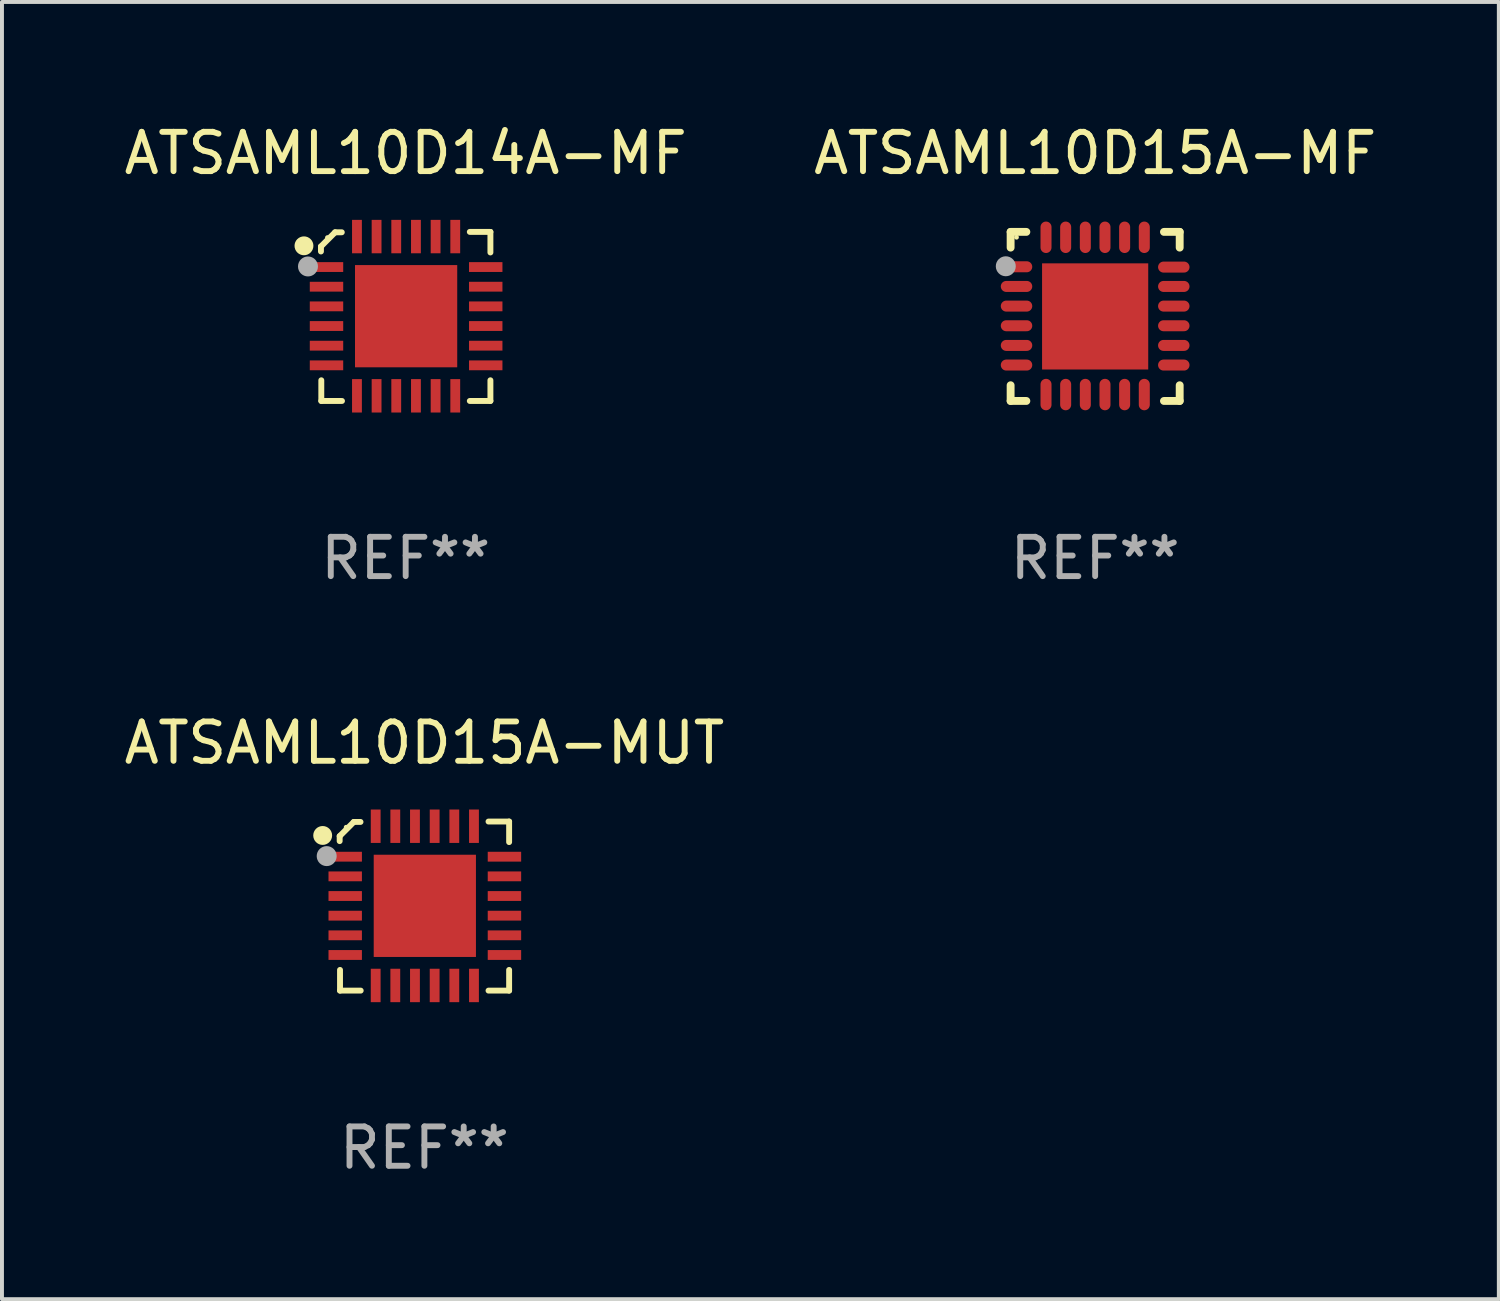
<source format=kicad_pcb>
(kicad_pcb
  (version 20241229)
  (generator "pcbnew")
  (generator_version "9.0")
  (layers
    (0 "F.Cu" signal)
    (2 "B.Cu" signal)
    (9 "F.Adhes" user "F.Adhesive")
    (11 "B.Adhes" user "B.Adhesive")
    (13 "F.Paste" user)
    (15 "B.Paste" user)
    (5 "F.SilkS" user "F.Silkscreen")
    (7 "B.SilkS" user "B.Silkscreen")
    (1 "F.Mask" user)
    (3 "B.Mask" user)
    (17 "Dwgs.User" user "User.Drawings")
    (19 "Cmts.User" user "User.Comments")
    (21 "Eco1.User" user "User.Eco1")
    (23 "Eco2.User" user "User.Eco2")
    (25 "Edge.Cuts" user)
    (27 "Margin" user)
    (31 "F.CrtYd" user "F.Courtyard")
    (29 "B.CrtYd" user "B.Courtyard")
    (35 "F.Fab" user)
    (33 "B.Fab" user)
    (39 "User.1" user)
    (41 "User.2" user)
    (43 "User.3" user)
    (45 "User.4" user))
  (footprint "ATSAML10D15A-MUT"
    (layer "F.Cu")
    (at 7.744 19.995)
    (property "Reference" "ATSAML10D15A-MUT" (at 0 -4.15 0) (layer "F.SilkS") (effects (font (size 1 1) (thickness 0.15))))
    (attr through_hole)
    (fp_line (start -2.155 -1.779) (end -2.155 -1.652) (stroke (width 0.15) (type solid)) (layer "F.SilkS"))
    (fp_line (start -2.146 2.15) (end -2.146 1.624) (stroke (width 0.15) (type solid)) (layer "F.SilkS"))
    (fp_line (start -1.795 -2.14) (end -2.155 -1.779) (stroke (width 0.15) (type solid)) (layer "F.SilkS"))
    (fp_line (start -1.625 -2.14) (end -1.795 -2.14) (stroke (width 0.15) (type solid)) (layer "F.SilkS"))
    (fp_line (start -1.62 2.15) (end -2.146 2.15) (stroke (width 0.15) (type solid)) (layer "F.SilkS"))
    (fp_line (start 1.631 -2.15) (end 2.155 -2.15) (stroke (width 0.15) (type solid)) (layer "F.SilkS"))
    (fp_line (start 1.631 2.15) (end 2.155 2.15) (stroke (width 0.15) (type solid)) (layer "F.SilkS"))
    (fp_line (start 2.155 -2.15) (end 2.155 -1.627) (stroke (width 0.15) (type solid)) (layer "F.SilkS"))
    (fp_line (start 2.155 2.15) (end 2.155 1.624) (stroke (width 0.15) (type solid)) (layer "F.SilkS"))
    (fp_circle (center -2.587 -1.796) (end -2.467 -1.796) (stroke (width 0.24) (type solid)) (fill no) (layer "F.SilkS"))
    (fp_circle (center -1.99 -2.006) (end -1.96 -2.006) (stroke (width 0.06) (type solid)) (fill no) (layer "F.SilkS"))
    (fp_circle (center -2.485 -1.271) (end -2.358 -1.271) (stroke (width 0.254) (type solid)) (fill no) (layer "F.Fab"))
    (fp_text user "REF**" (at 0 6.15 0) (layer "F.Fab") (effects (font (size 1 1) (thickness 0.15))))
    (pad "1" smd rect (at -2.014 -1.256) (size 0.85 0.25) (layers "F.Cu" "F.Mask" "F.Paste"))
    (pad "2" smd rect (at -2.014 -0.756) (size 0.85 0.25) (layers "F.Cu" "F.Mask" "F.Paste"))
    (pad "3" smd rect (at -2.014 -0.256) (size 0.85 0.25) (layers "F.Cu" "F.Mask" "F.Paste"))
    (pad "4" smd rect (at -2.014 0.244) (size 0.85 0.25) (layers "F.Cu" "F.Mask" "F.Paste"))
    (pad "5" smd rect (at -2.014 0.744) (size 0.85 0.25) (layers "F.Cu" "F.Mask" "F.Paste"))
    (pad "6" smd rect (at -2.014 1.244) (size 0.85 0.25) (layers "F.Cu" "F.Mask" "F.Paste"))
    (pad "7" smd rect (at -1.239 2.019 90) (size 0.85 0.25) (layers "F.Cu" "F.Mask" "F.Paste"))
    (pad "8" smd rect (at -0.74 2.019 90) (size 0.85 0.25) (layers "F.Cu" "F.Mask" "F.Paste"))
    (pad "9" smd rect (at -0.24 2.019 90) (size 0.85 0.25) (layers "F.Cu" "F.Mask" "F.Paste"))
    (pad "10" smd rect (at 0.261 2.019 90) (size 0.85 0.25) (layers "F.Cu" "F.Mask" "F.Paste"))
    (pad "11" smd rect (at 0.761 2.019 90) (size 0.85 0.25) (layers "F.Cu" "F.Mask" "F.Paste"))
    (pad "12" smd rect (at 1.261 2.019 90) (size 0.85 0.25) (layers "F.Cu" "F.Mask" "F.Paste"))
    (pad "13" smd rect (at 2.036 1.244) (size 0.85 0.25) (layers "F.Cu" "F.Mask" "F.Paste"))
    (pad "14" smd rect (at 2.036 0.744) (size 0.85 0.25) (layers "F.Cu" "F.Mask" "F.Paste"))
    (pad "15" smd rect (at 2.036 0.244) (size 0.85 0.25) (layers "F.Cu" "F.Mask" "F.Paste"))
    (pad "16" smd rect (at 2.036 -0.256) (size 0.85 0.25) (layers "F.Cu" "F.Mask" "F.Paste"))
    (pad "17" smd rect (at 2.036 -0.756) (size 0.85 0.25) (layers "F.Cu" "F.Mask" "F.Paste"))
    (pad "18" smd rect (at 2.036 -1.256) (size 0.85 0.25) (layers "F.Cu" "F.Mask" "F.Paste"))
    (pad "19" smd rect (at 1.261 -2.031 90) (size 0.85 0.25) (layers "F.Cu" "F.Mask" "F.Paste"))
    (pad "20" smd rect (at 0.761 -2.031 90) (size 0.85 0.25) (layers "F.Cu" "F.Mask" "F.Paste"))
    (pad "21" smd rect (at 0.261 -2.031 90) (size 0.85 0.25) (layers "F.Cu" "F.Mask" "F.Paste"))
    (pad "22" smd rect (at -0.24 -2.031 90) (size 0.85 0.25) (layers "F.Cu" "F.Mask" "F.Paste"))
    (pad "23" smd rect (at -0.74 -2.031 90) (size 0.85 0.25) (layers "F.Cu" "F.Mask" "F.Paste"))
    (pad "24" smd rect (at -1.239 -2.031 90) (size 0.85 0.25) (layers "F.Cu" "F.Mask" "F.Paste"))
    (pad "25" smd rect (at 0.011 -0.006) (size 2.6 2.6) (layers "F.Cu" "F.Mask" "F.Paste")))
  (footprint "ATSAML10D14A-MF"
    (layer "F.Cu")
    (at 7.268 4.998)
    (property "Reference" "ATSAML10D14A-MF" (at 0 -4.15 0) (layer "F.SilkS") (effects (font (size 1 1) (thickness 0.15))))
    (attr through_hole)
    (fp_line (start -2.155 -1.779) (end -2.155 -1.652) (stroke (width 0.15) (type solid)) (layer "F.SilkS"))
    (fp_line (start -2.146 2.15) (end -2.146 1.624) (stroke (width 0.15) (type solid)) (layer "F.SilkS"))
    (fp_line (start -1.795 -2.14) (end -2.155 -1.779) (stroke (width 0.15) (type solid)) (layer "F.SilkS"))
    (fp_line (start -1.625 -2.14) (end -1.795 -2.14) (stroke (width 0.15) (type solid)) (layer "F.SilkS"))
    (fp_line (start -1.62 2.15) (end -2.146 2.15) (stroke (width 0.15) (type solid)) (layer "F.SilkS"))
    (fp_line (start 1.631 -2.15) (end 2.155 -2.15) (stroke (width 0.15) (type solid)) (layer "F.SilkS"))
    (fp_line (start 1.631 2.15) (end 2.155 2.15) (stroke (width 0.15) (type solid)) (layer "F.SilkS"))
    (fp_line (start 2.155 -2.15) (end 2.155 -1.627) (stroke (width 0.15) (type solid)) (layer "F.SilkS"))
    (fp_line (start 2.155 2.15) (end 2.155 1.624) (stroke (width 0.15) (type solid)) (layer "F.SilkS"))
    (fp_circle (center -2.587 -1.796) (end -2.467 -1.796) (stroke (width 0.24) (type solid)) (fill no) (layer "F.SilkS"))
    (fp_circle (center -1.99 -2.006) (end -1.96 -2.006) (stroke (width 0.06) (type solid)) (fill no) (layer "F.SilkS"))
    (fp_circle (center -2.485 -1.271) (end -2.358 -1.271) (stroke (width 0.254) (type solid)) (fill no) (layer "F.Fab"))
    (fp_text user "REF**" (at 0 6.15 0) (layer "F.Fab") (effects (font (size 1 1) (thickness 0.15))))
    (pad "1" smd rect (at -2.014 -1.256) (size 0.85 0.25) (layers "F.Cu" "F.Mask" "F.Paste"))
    (pad "2" smd rect (at -2.014 -0.756) (size 0.85 0.25) (layers "F.Cu" "F.Mask" "F.Paste"))
    (pad "3" smd rect (at -2.014 -0.256) (size 0.85 0.25) (layers "F.Cu" "F.Mask" "F.Paste"))
    (pad "4" smd rect (at -2.014 0.244) (size 0.85 0.25) (layers "F.Cu" "F.Mask" "F.Paste"))
    (pad "5" smd rect (at -2.014 0.744) (size 0.85 0.25) (layers "F.Cu" "F.Mask" "F.Paste"))
    (pad "6" smd rect (at -2.014 1.244) (size 0.85 0.25) (layers "F.Cu" "F.Mask" "F.Paste"))
    (pad "7" smd rect (at -1.239 2.019 90) (size 0.85 0.25) (layers "F.Cu" "F.Mask" "F.Paste"))
    (pad "8" smd rect (at -0.74 2.019 90) (size 0.85 0.25) (layers "F.Cu" "F.Mask" "F.Paste"))
    (pad "9" smd rect (at -0.24 2.019 90) (size 0.85 0.25) (layers "F.Cu" "F.Mask" "F.Paste"))
    (pad "10" smd rect (at 0.261 2.019 90) (size 0.85 0.25) (layers "F.Cu" "F.Mask" "F.Paste"))
    (pad "11" smd rect (at 0.761 2.019 90) (size 0.85 0.25) (layers "F.Cu" "F.Mask" "F.Paste"))
    (pad "12" smd rect (at 1.261 2.019 90) (size 0.85 0.25) (layers "F.Cu" "F.Mask" "F.Paste"))
    (pad "13" smd rect (at 2.036 1.244) (size 0.85 0.25) (layers "F.Cu" "F.Mask" "F.Paste"))
    (pad "14" smd rect (at 2.036 0.744) (size 0.85 0.25) (layers "F.Cu" "F.Mask" "F.Paste"))
    (pad "15" smd rect (at 2.036 0.244) (size 0.85 0.25) (layers "F.Cu" "F.Mask" "F.Paste"))
    (pad "16" smd rect (at 2.036 -0.256) (size 0.85 0.25) (layers "F.Cu" "F.Mask" "F.Paste"))
    (pad "17" smd rect (at 2.036 -0.756) (size 0.85 0.25) (layers "F.Cu" "F.Mask" "F.Paste"))
    (pad "18" smd rect (at 2.036 -1.256) (size 0.85 0.25) (layers "F.Cu" "F.Mask" "F.Paste"))
    (pad "19" smd rect (at 1.261 -2.031 90) (size 0.85 0.25) (layers "F.Cu" "F.Mask" "F.Paste"))
    (pad "20" smd rect (at 0.761 -2.031 90) (size 0.85 0.25) (layers "F.Cu" "F.Mask" "F.Paste"))
    (pad "21" smd rect (at 0.261 -2.031 90) (size 0.85 0.25) (layers "F.Cu" "F.Mask" "F.Paste"))
    (pad "22" smd rect (at -0.24 -2.031 90) (size 0.85 0.25) (layers "F.Cu" "F.Mask" "F.Paste"))
    (pad "23" smd rect (at -0.74 -2.031 90) (size 0.85 0.25) (layers "F.Cu" "F.Mask" "F.Paste"))
    (pad "24" smd rect (at -1.239 -2.031 90) (size 0.85 0.25) (layers "F.Cu" "F.Mask" "F.Paste"))
    (pad "25" smd rect (at 0.011 -0.006) (size 2.6 2.6) (layers "F.Cu" "F.Mask" "F.Paste")))
  (footprint "ATSAML10D15A-MF"
    (layer "F.Cu")
    (at 24.804 4.998)
    (property "Reference" "ATSAML10D15A-MF" (at 0 -4.15 0) (layer "F.SilkS") (effects (font (size 1 1) (thickness 0.15))))
    (attr through_hole)
    (fp_line (start -2.15 -2.15) (end -1.75 -2.15) (stroke (width 0.2) (type solid)) (layer "F.SilkS"))
    (fp_line (start -2.15 -1.75) (end -2.15 -2.15) (stroke (width 0.2) (type solid)) (layer "F.SilkS"))
    (fp_line (start -2.15 2.15) (end -2.15 1.75) (stroke (width 0.2) (type solid)) (layer "F.SilkS"))
    (fp_line (start -1.75 2.15) (end -2.15 2.15) (stroke (width 0.2) (type solid)) (layer "F.SilkS"))
    (fp_line (start 1.75 -2.15) (end 2.15 -2.15) (stroke (width 0.2) (type solid)) (layer "F.SilkS"))
    (fp_line (start 1.75 2.15) (end 2.15 2.15) (stroke (width 0.2) (type solid)) (layer "F.SilkS"))
    (fp_line (start 2.15 -2.15) (end 2.15 -1.75) (stroke (width 0.2) (type solid)) (layer "F.SilkS"))
    (fp_line (start 2.15 2.15) (end 2.15 1.75) (stroke (width 0.2) (type solid)) (layer "F.SilkS"))
    (fp_circle (center -2 -2.013) (end -1.97 -2.013) (stroke (width 0.06) (type solid)) (fill no) (layer "F.SilkS"))
    (fp_circle (center -2.273 -1.276) (end -2.146 -1.276) (stroke (width 0.254) (type solid)) (fill no) (layer "F.Fab"))
    (fp_text user "REF**" (at 0 6.15 0) (layer "F.Fab") (effects (font (size 1 1) (thickness 0.15))))
    (pad "1" smd oval (at -2 -1.263 90) (size 0.28 0.8) (layers "F.Cu" "F.Mask" "F.Paste"))
    (pad "2" smd oval (at -2 -0.763 90) (size 0.28 0.8) (layers "F.Cu" "F.Mask" "F.Paste"))
    (pad "3" smd oval (at -2 -0.263 90) (size 0.28 0.8) (layers "F.Cu" "F.Mask" "F.Paste"))
    (pad "4" smd oval (at -2 0.237 90) (size 0.28 0.8) (layers "F.Cu" "F.Mask" "F.Paste"))
    (pad "5" smd oval (at -2 0.737 90) (size 0.28 0.8) (layers "F.Cu" "F.Mask" "F.Paste"))
    (pad "6" smd oval (at -2 1.237 90) (size 0.28 0.8) (layers "F.Cu" "F.Mask" "F.Paste"))
    (pad "7" smd oval (at -1.25 1.987) (size 0.28 0.8) (layers "F.Cu" "F.Mask" "F.Paste"))
    (pad "8" smd oval (at -0.75 1.987) (size 0.28 0.8) (layers "F.Cu" "F.Mask" "F.Paste"))
    (pad "9" smd oval (at -0.25 1.987) (size 0.28 0.8) (layers "F.Cu" "F.Mask" "F.Paste"))
    (pad "10" smd oval (at 0.25 1.987) (size 0.28 0.8) (layers "F.Cu" "F.Mask" "F.Paste"))
    (pad "11" smd oval (at 0.75 1.987) (size 0.28 0.8) (layers "F.Cu" "F.Mask" "F.Paste"))
    (pad "12" smd oval (at 1.25 1.987) (size 0.28 0.8) (layers "F.Cu" "F.Mask" "F.Paste"))
    (pad "13" smd oval (at 2 1.237 90) (size 0.28 0.8) (layers "F.Cu" "F.Mask" "F.Paste"))
    (pad "14" smd oval (at 2 0.737 90) (size 0.28 0.8) (layers "F.Cu" "F.Mask" "F.Paste"))
    (pad "15" smd oval (at 2 0.237 90) (size 0.28 0.8) (layers "F.Cu" "F.Mask" "F.Paste"))
    (pad "16" smd oval (at 2 -0.263 90) (size 0.28 0.8) (layers "F.Cu" "F.Mask" "F.Paste"))
    (pad "17" smd oval (at 2 -0.763 90) (size 0.28 0.8) (layers "F.Cu" "F.Mask" "F.Paste"))
    (pad "18" smd oval (at 2 -1.255 90) (size 0.28 0.8) (layers "F.Cu" "F.Mask" "F.Paste"))
    (pad "19" smd oval (at 1.25 -2.013) (size 0.28 0.8) (layers "F.Cu" "F.Mask" "F.Paste"))
    (pad "20" smd oval (at 0.75 -2.013) (size 0.28 0.8) (layers "F.Cu" "F.Mask" "F.Paste"))
    (pad "21" smd oval (at 0.25 -2.013) (size 0.28 0.8) (layers "F.Cu" "F.Mask" "F.Paste"))
    (pad "22" smd oval (at -0.25 -2.013) (size 0.28 0.8) (layers "F.Cu" "F.Mask" "F.Paste"))
    (pad "23" smd oval (at -0.75 -2.013) (size 0.28 0.8) (layers "F.Cu" "F.Mask" "F.Paste"))
    (pad "24" smd oval (at -1.25 -2.013) (size 0.28 0.8) (layers "F.Cu" "F.Mask" "F.Paste"))
    (pad "25" smd rect (at -0.000127 -0.00014) (size 2.7 2.7) (layers "F.Cu" "F.Mask" "F.Paste")))
  (gr_rect
    (start -3 -3)
    (end 35.071 29.993)
    (stroke (width 0.1) (type default))
    (fill no)
    (layer "Edge.Cuts")))
</source>
